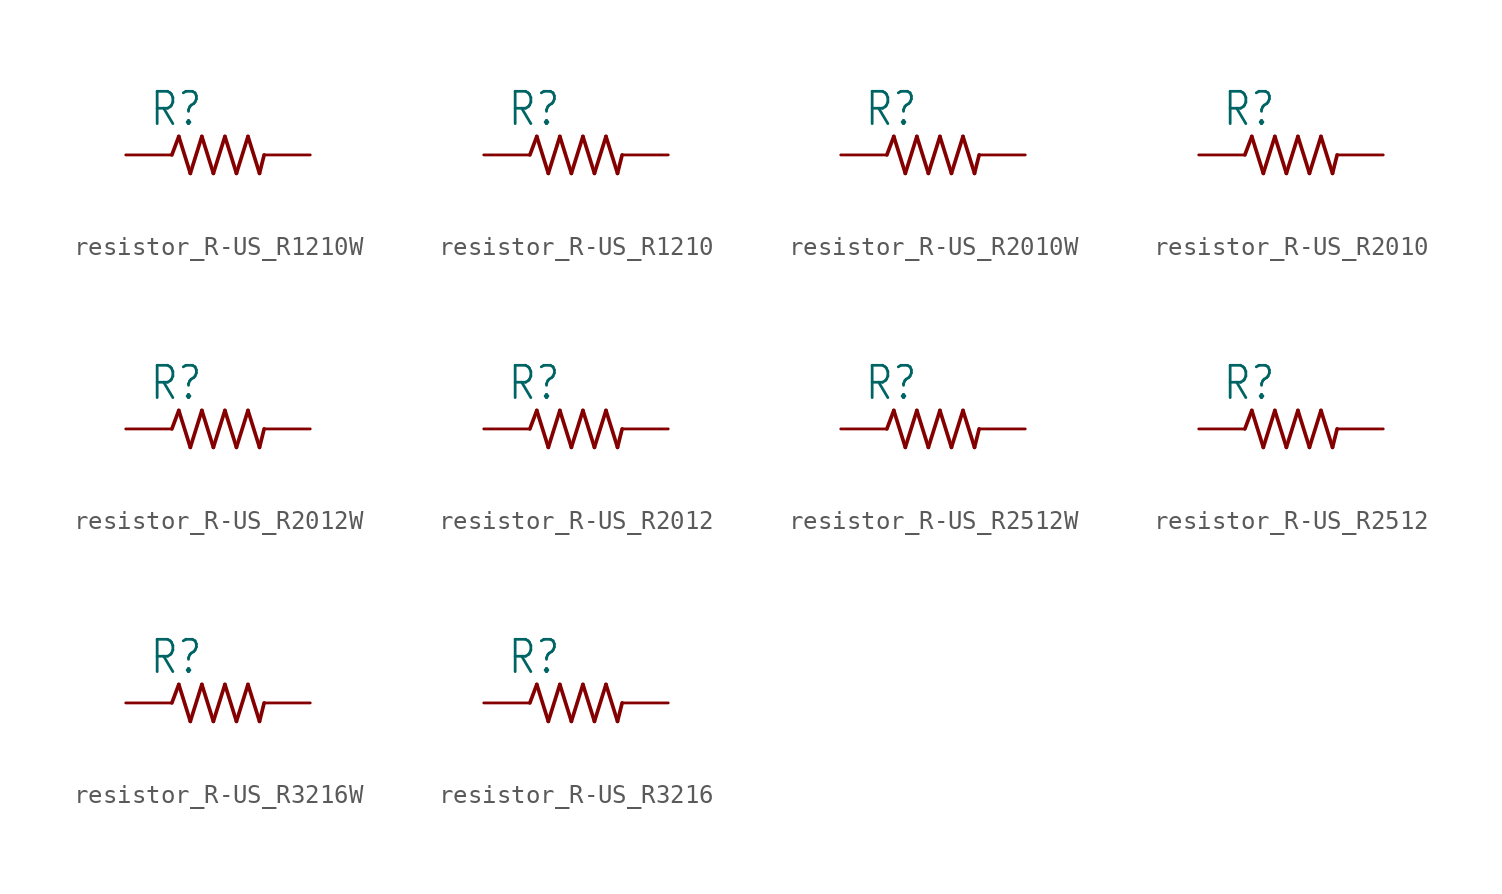
<source format=kicad_sym>
(kicad_symbol_lib
  (version 20231120)
  (generator "kicad_symbol_editor")
  (generator_version "8.0")
  (symbol "resistor_R-US_R1210W"
    (property "Reference" "R"
      (at -3.81 1.499 0)
      (effects (font (size 1.778 1.511)) (justify left bottom)))
    (property "Value" ""
      (at -3.81 -3.302 0)
      (effects (font (size 1.778 1.511)) (justify left bottom)))
    (property "ki_locked" ""
      (at 0 0 0)
      (effects (font (size 1.27 1.27))))
    (symbol "resistor_R-US_R1210W_1_0"
      (polyline (pts (xy -2.54 0) (xy -2.159 1.016)) (stroke (width 0.203) (type solid)) (fill (type none)))
      (polyline (pts (xy -2.159 1.016) (xy -1.524 -1.016)) (stroke (width 0.203) (type solid)) (fill (type none)))
      (polyline (pts (xy -1.524 -1.016) (xy -0.889 1.016)) (stroke (width 0.203) (type solid)) (fill (type none)))
      (polyline (pts (xy -0.889 1.016) (xy -0.254 -1.016)) (stroke (width 0.203) (type solid)) (fill (type none)))
      (polyline (pts (xy -0.254 -1.016) (xy 0.381 1.016)) (stroke (width 0.203) (type solid)) (fill (type none)))
      (polyline (pts (xy 0.381 1.016) (xy 1.016 -1.016)) (stroke (width 0.203) (type solid)) (fill (type none)))
      (polyline (pts (xy 1.016 -1.016) (xy 1.651 1.016)) (stroke (width 0.203) (type solid)) (fill (type none)))
      (polyline (pts (xy 1.651 1.016) (xy 2.286 -1.016)) (stroke (width 0.203) (type solid)) (fill (type none)))
      (polyline (pts (xy 2.286 -1.016) (xy 2.54 0)) (stroke (width 0.203) (type solid)) (fill (type none)))
      (pin passive line (at -5.08 0 0) (length 2.54) (name "1" (effects (font (size 0 0)))) (number "1" (effects (font (size 0 0)))))
      (pin passive line (at 5.08 0 180) (length 2.54) (name "2" (effects (font (size 0 0)))) (number "2" (effects (font (size 0 0)))))))
  (symbol "resistor_R-US_R1210"
    (property "Reference" "R"
      (at -3.81 1.499 0)
      (effects (font (size 1.778 1.511)) (justify left bottom)))
    (property "Value" ""
      (at -3.81 -3.302 0)
      (effects (font (size 1.778 1.511)) (justify left bottom)))
    (property "ki_locked" ""
      (at 0 0 0)
      (effects (font (size 1.27 1.27))))
    (symbol "resistor_R-US_R1210_1_0"
      (polyline (pts (xy -2.54 0) (xy -2.159 1.016)) (stroke (width 0.203) (type solid)) (fill (type none)))
      (polyline (pts (xy -2.159 1.016) (xy -1.524 -1.016)) (stroke (width 0.203) (type solid)) (fill (type none)))
      (polyline (pts (xy -1.524 -1.016) (xy -0.889 1.016)) (stroke (width 0.203) (type solid)) (fill (type none)))
      (polyline (pts (xy -0.889 1.016) (xy -0.254 -1.016)) (stroke (width 0.203) (type solid)) (fill (type none)))
      (polyline (pts (xy -0.254 -1.016) (xy 0.381 1.016)) (stroke (width 0.203) (type solid)) (fill (type none)))
      (polyline (pts (xy 0.381 1.016) (xy 1.016 -1.016)) (stroke (width 0.203) (type solid)) (fill (type none)))
      (polyline (pts (xy 1.016 -1.016) (xy 1.651 1.016)) (stroke (width 0.203) (type solid)) (fill (type none)))
      (polyline (pts (xy 1.651 1.016) (xy 2.286 -1.016)) (stroke (width 0.203) (type solid)) (fill (type none)))
      (polyline (pts (xy 2.286 -1.016) (xy 2.54 0)) (stroke (width 0.203) (type solid)) (fill (type none)))
      (pin passive line (at -5.08 0 0) (length 2.54) (name "1" (effects (font (size 0 0)))) (number "1" (effects (font (size 0 0)))))
      (pin passive line (at 5.08 0 180) (length 2.54) (name "2" (effects (font (size 0 0)))) (number "2" (effects (font (size 0 0)))))))
  (symbol "resistor_R-US_R2010W"
    (property "Reference" "R"
      (at -3.81 1.499 0)
      (effects (font (size 1.778 1.511)) (justify left bottom)))
    (property "Value" ""
      (at -3.81 -3.302 0)
      (effects (font (size 1.778 1.511)) (justify left bottom)))
    (property "ki_locked" ""
      (at 0 0 0)
      (effects (font (size 1.27 1.27))))
    (symbol "resistor_R-US_R2010W_1_0"
      (polyline (pts (xy -2.54 0) (xy -2.159 1.016)) (stroke (width 0.203) (type solid)) (fill (type none)))
      (polyline (pts (xy -2.159 1.016) (xy -1.524 -1.016)) (stroke (width 0.203) (type solid)) (fill (type none)))
      (polyline (pts (xy -1.524 -1.016) (xy -0.889 1.016)) (stroke (width 0.203) (type solid)) (fill (type none)))
      (polyline (pts (xy -0.889 1.016) (xy -0.254 -1.016)) (stroke (width 0.203) (type solid)) (fill (type none)))
      (polyline (pts (xy -0.254 -1.016) (xy 0.381 1.016)) (stroke (width 0.203) (type solid)) (fill (type none)))
      (polyline (pts (xy 0.381 1.016) (xy 1.016 -1.016)) (stroke (width 0.203) (type solid)) (fill (type none)))
      (polyline (pts (xy 1.016 -1.016) (xy 1.651 1.016)) (stroke (width 0.203) (type solid)) (fill (type none)))
      (polyline (pts (xy 1.651 1.016) (xy 2.286 -1.016)) (stroke (width 0.203) (type solid)) (fill (type none)))
      (polyline (pts (xy 2.286 -1.016) (xy 2.54 0)) (stroke (width 0.203) (type solid)) (fill (type none)))
      (pin passive line (at -5.08 0 0) (length 2.54) (name "1" (effects (font (size 0 0)))) (number "1" (effects (font (size 0 0)))))
      (pin passive line (at 5.08 0 180) (length 2.54) (name "2" (effects (font (size 0 0)))) (number "2" (effects (font (size 0 0)))))))
  (symbol "resistor_R-US_R2010"
    (property "Reference" "R"
      (at -3.81 1.499 0)
      (effects (font (size 1.778 1.511)) (justify left bottom)))
    (property "Value" ""
      (at -3.81 -3.302 0)
      (effects (font (size 1.778 1.511)) (justify left bottom)))
    (property "ki_locked" ""
      (at 0 0 0)
      (effects (font (size 1.27 1.27))))
    (symbol "resistor_R-US_R2010_1_0"
      (polyline (pts (xy -2.54 0) (xy -2.159 1.016)) (stroke (width 0.203) (type solid)) (fill (type none)))
      (polyline (pts (xy -2.159 1.016) (xy -1.524 -1.016)) (stroke (width 0.203) (type solid)) (fill (type none)))
      (polyline (pts (xy -1.524 -1.016) (xy -0.889 1.016)) (stroke (width 0.203) (type solid)) (fill (type none)))
      (polyline (pts (xy -0.889 1.016) (xy -0.254 -1.016)) (stroke (width 0.203) (type solid)) (fill (type none)))
      (polyline (pts (xy -0.254 -1.016) (xy 0.381 1.016)) (stroke (width 0.203) (type solid)) (fill (type none)))
      (polyline (pts (xy 0.381 1.016) (xy 1.016 -1.016)) (stroke (width 0.203) (type solid)) (fill (type none)))
      (polyline (pts (xy 1.016 -1.016) (xy 1.651 1.016)) (stroke (width 0.203) (type solid)) (fill (type none)))
      (polyline (pts (xy 1.651 1.016) (xy 2.286 -1.016)) (stroke (width 0.203) (type solid)) (fill (type none)))
      (polyline (pts (xy 2.286 -1.016) (xy 2.54 0)) (stroke (width 0.203) (type solid)) (fill (type none)))
      (pin passive line (at -5.08 0 0) (length 2.54) (name "1" (effects (font (size 0 0)))) (number "1" (effects (font (size 0 0)))))
      (pin passive line (at 5.08 0 180) (length 2.54) (name "2" (effects (font (size 0 0)))) (number "2" (effects (font (size 0 0)))))))
  (symbol "resistor_R-US_R2012W"
    (property "Reference" "R"
      (at -3.81 1.499 0)
      (effects (font (size 1.778 1.511)) (justify left bottom)))
    (property "Value" ""
      (at -3.81 -3.302 0)
      (effects (font (size 1.778 1.511)) (justify left bottom)))
    (property "ki_locked" ""
      (at 0 0 0)
      (effects (font (size 1.27 1.27))))
    (symbol "resistor_R-US_R2012W_1_0"
      (polyline (pts (xy -2.54 0) (xy -2.159 1.016)) (stroke (width 0.203) (type solid)) (fill (type none)))
      (polyline (pts (xy -2.159 1.016) (xy -1.524 -1.016)) (stroke (width 0.203) (type solid)) (fill (type none)))
      (polyline (pts (xy -1.524 -1.016) (xy -0.889 1.016)) (stroke (width 0.203) (type solid)) (fill (type none)))
      (polyline (pts (xy -0.889 1.016) (xy -0.254 -1.016)) (stroke (width 0.203) (type solid)) (fill (type none)))
      (polyline (pts (xy -0.254 -1.016) (xy 0.381 1.016)) (stroke (width 0.203) (type solid)) (fill (type none)))
      (polyline (pts (xy 0.381 1.016) (xy 1.016 -1.016)) (stroke (width 0.203) (type solid)) (fill (type none)))
      (polyline (pts (xy 1.016 -1.016) (xy 1.651 1.016)) (stroke (width 0.203) (type solid)) (fill (type none)))
      (polyline (pts (xy 1.651 1.016) (xy 2.286 -1.016)) (stroke (width 0.203) (type solid)) (fill (type none)))
      (polyline (pts (xy 2.286 -1.016) (xy 2.54 0)) (stroke (width 0.203) (type solid)) (fill (type none)))
      (pin passive line (at -5.08 0 0) (length 2.54) (name "1" (effects (font (size 0 0)))) (number "1" (effects (font (size 0 0)))))
      (pin passive line (at 5.08 0 180) (length 2.54) (name "2" (effects (font (size 0 0)))) (number "2" (effects (font (size 0 0)))))))
  (symbol "resistor_R-US_R2012"
    (property "Reference" "R"
      (at -3.81 1.499 0)
      (effects (font (size 1.778 1.511)) (justify left bottom)))
    (property "Value" ""
      (at -3.81 -3.302 0)
      (effects (font (size 1.778 1.511)) (justify left bottom)))
    (property "ki_locked" ""
      (at 0 0 0)
      (effects (font (size 1.27 1.27))))
    (symbol "resistor_R-US_R2012_1_0"
      (polyline (pts (xy -2.54 0) (xy -2.159 1.016)) (stroke (width 0.203) (type solid)) (fill (type none)))
      (polyline (pts (xy -2.159 1.016) (xy -1.524 -1.016)) (stroke (width 0.203) (type solid)) (fill (type none)))
      (polyline (pts (xy -1.524 -1.016) (xy -0.889 1.016)) (stroke (width 0.203) (type solid)) (fill (type none)))
      (polyline (pts (xy -0.889 1.016) (xy -0.254 -1.016)) (stroke (width 0.203) (type solid)) (fill (type none)))
      (polyline (pts (xy -0.254 -1.016) (xy 0.381 1.016)) (stroke (width 0.203) (type solid)) (fill (type none)))
      (polyline (pts (xy 0.381 1.016) (xy 1.016 -1.016)) (stroke (width 0.203) (type solid)) (fill (type none)))
      (polyline (pts (xy 1.016 -1.016) (xy 1.651 1.016)) (stroke (width 0.203) (type solid)) (fill (type none)))
      (polyline (pts (xy 1.651 1.016) (xy 2.286 -1.016)) (stroke (width 0.203) (type solid)) (fill (type none)))
      (polyline (pts (xy 2.286 -1.016) (xy 2.54 0)) (stroke (width 0.203) (type solid)) (fill (type none)))
      (pin passive line (at -5.08 0 0) (length 2.54) (name "1" (effects (font (size 0 0)))) (number "1" (effects (font (size 0 0)))))
      (pin passive line (at 5.08 0 180) (length 2.54) (name "2" (effects (font (size 0 0)))) (number "2" (effects (font (size 0 0)))))))
  (symbol "resistor_R-US_R2512W"
    (property "Reference" "R"
      (at -3.81 1.499 0)
      (effects (font (size 1.778 1.511)) (justify left bottom)))
    (property "Value" ""
      (at -3.81 -3.302 0)
      (effects (font (size 1.778 1.511)) (justify left bottom)))
    (property "ki_locked" ""
      (at 0 0 0)
      (effects (font (size 1.27 1.27))))
    (symbol "resistor_R-US_R2512W_1_0"
      (polyline (pts (xy -2.54 0) (xy -2.159 1.016)) (stroke (width 0.203) (type solid)) (fill (type none)))
      (polyline (pts (xy -2.159 1.016) (xy -1.524 -1.016)) (stroke (width 0.203) (type solid)) (fill (type none)))
      (polyline (pts (xy -1.524 -1.016) (xy -0.889 1.016)) (stroke (width 0.203) (type solid)) (fill (type none)))
      (polyline (pts (xy -0.889 1.016) (xy -0.254 -1.016)) (stroke (width 0.203) (type solid)) (fill (type none)))
      (polyline (pts (xy -0.254 -1.016) (xy 0.381 1.016)) (stroke (width 0.203) (type solid)) (fill (type none)))
      (polyline (pts (xy 0.381 1.016) (xy 1.016 -1.016)) (stroke (width 0.203) (type solid)) (fill (type none)))
      (polyline (pts (xy 1.016 -1.016) (xy 1.651 1.016)) (stroke (width 0.203) (type solid)) (fill (type none)))
      (polyline (pts (xy 1.651 1.016) (xy 2.286 -1.016)) (stroke (width 0.203) (type solid)) (fill (type none)))
      (polyline (pts (xy 2.286 -1.016) (xy 2.54 0)) (stroke (width 0.203) (type solid)) (fill (type none)))
      (pin passive line (at -5.08 0 0) (length 2.54) (name "1" (effects (font (size 0 0)))) (number "1" (effects (font (size 0 0)))))
      (pin passive line (at 5.08 0 180) (length 2.54) (name "2" (effects (font (size 0 0)))) (number "2" (effects (font (size 0 0)))))))
  (symbol "resistor_R-US_R2512"
    (property "Reference" "R"
      (at -3.81 1.499 0)
      (effects (font (size 1.778 1.511)) (justify left bottom)))
    (property "Value" ""
      (at -3.81 -3.302 0)
      (effects (font (size 1.778 1.511)) (justify left bottom)))
    (property "ki_locked" ""
      (at 0 0 0)
      (effects (font (size 1.27 1.27))))
    (symbol "resistor_R-US_R2512_1_0"
      (polyline (pts (xy -2.54 0) (xy -2.159 1.016)) (stroke (width 0.203) (type solid)) (fill (type none)))
      (polyline (pts (xy -2.159 1.016) (xy -1.524 -1.016)) (stroke (width 0.203) (type solid)) (fill (type none)))
      (polyline (pts (xy -1.524 -1.016) (xy -0.889 1.016)) (stroke (width 0.203) (type solid)) (fill (type none)))
      (polyline (pts (xy -0.889 1.016) (xy -0.254 -1.016)) (stroke (width 0.203) (type solid)) (fill (type none)))
      (polyline (pts (xy -0.254 -1.016) (xy 0.381 1.016)) (stroke (width 0.203) (type solid)) (fill (type none)))
      (polyline (pts (xy 0.381 1.016) (xy 1.016 -1.016)) (stroke (width 0.203) (type solid)) (fill (type none)))
      (polyline (pts (xy 1.016 -1.016) (xy 1.651 1.016)) (stroke (width 0.203) (type solid)) (fill (type none)))
      (polyline (pts (xy 1.651 1.016) (xy 2.286 -1.016)) (stroke (width 0.203) (type solid)) (fill (type none)))
      (polyline (pts (xy 2.286 -1.016) (xy 2.54 0)) (stroke (width 0.203) (type solid)) (fill (type none)))
      (pin passive line (at -5.08 0 0) (length 2.54) (name "1" (effects (font (size 0 0)))) (number "1" (effects (font (size 0 0)))))
      (pin passive line (at 5.08 0 180) (length 2.54) (name "2" (effects (font (size 0 0)))) (number "2" (effects (font (size 0 0)))))))
  (symbol "resistor_R-US_R3216W"
    (property "Reference" "R"
      (at -3.81 1.499 0)
      (effects (font (size 1.778 1.511)) (justify left bottom)))
    (property "Value" ""
      (at -3.81 -3.302 0)
      (effects (font (size 1.778 1.511)) (justify left bottom)))
    (property "ki_locked" ""
      (at 0 0 0)
      (effects (font (size 1.27 1.27))))
    (symbol "resistor_R-US_R3216W_1_0"
      (polyline (pts (xy -2.54 0) (xy -2.159 1.016)) (stroke (width 0.203) (type solid)) (fill (type none)))
      (polyline (pts (xy -2.159 1.016) (xy -1.524 -1.016)) (stroke (width 0.203) (type solid)) (fill (type none)))
      (polyline (pts (xy -1.524 -1.016) (xy -0.889 1.016)) (stroke (width 0.203) (type solid)) (fill (type none)))
      (polyline (pts (xy -0.889 1.016) (xy -0.254 -1.016)) (stroke (width 0.203) (type solid)) (fill (type none)))
      (polyline (pts (xy -0.254 -1.016) (xy 0.381 1.016)) (stroke (width 0.203) (type solid)) (fill (type none)))
      (polyline (pts (xy 0.381 1.016) (xy 1.016 -1.016)) (stroke (width 0.203) (type solid)) (fill (type none)))
      (polyline (pts (xy 1.016 -1.016) (xy 1.651 1.016)) (stroke (width 0.203) (type solid)) (fill (type none)))
      (polyline (pts (xy 1.651 1.016) (xy 2.286 -1.016)) (stroke (width 0.203) (type solid)) (fill (type none)))
      (polyline (pts (xy 2.286 -1.016) (xy 2.54 0)) (stroke (width 0.203) (type solid)) (fill (type none)))
      (pin passive line (at -5.08 0 0) (length 2.54) (name "1" (effects (font (size 0 0)))) (number "1" (effects (font (size 0 0)))))
      (pin passive line (at 5.08 0 180) (length 2.54) (name "2" (effects (font (size 0 0)))) (number "2" (effects (font (size 0 0)))))))
  (symbol "resistor_R-US_R3216"
    (property "Reference" "R"
      (at -3.81 1.499 0)
      (effects (font (size 1.778 1.511)) (justify left bottom)))
    (property "Value" ""
      (at -3.81 -3.302 0)
      (effects (font (size 1.778 1.511)) (justify left bottom)))
    (property "ki_locked" ""
      (at 0 0 0)
      (effects (font (size 1.27 1.27))))
    (symbol "resistor_R-US_R3216_1_0"
      (polyline (pts (xy -2.54 0) (xy -2.159 1.016)) (stroke (width 0.203) (type solid)) (fill (type none)))
      (polyline (pts (xy -2.159 1.016) (xy -1.524 -1.016)) (stroke (width 0.203) (type solid)) (fill (type none)))
      (polyline (pts (xy -1.524 -1.016) (xy -0.889 1.016)) (stroke (width 0.203) (type solid)) (fill (type none)))
      (polyline (pts (xy -0.889 1.016) (xy -0.254 -1.016)) (stroke (width 0.203) (type solid)) (fill (type none)))
      (polyline (pts (xy -0.254 -1.016) (xy 0.381 1.016)) (stroke (width 0.203) (type solid)) (fill (type none)))
      (polyline (pts (xy 0.381 1.016) (xy 1.016 -1.016)) (stroke (width 0.203) (type solid)) (fill (type none)))
      (polyline (pts (xy 1.016 -1.016) (xy 1.651 1.016)) (stroke (width 0.203) (type solid)) (fill (type none)))
      (polyline (pts (xy 1.651 1.016) (xy 2.286 -1.016)) (stroke (width 0.203) (type solid)) (fill (type none)))
      (polyline (pts (xy 2.286 -1.016) (xy 2.54 0)) (stroke (width 0.203) (type solid)) (fill (type none)))
      (pin passive line (at -5.08 0 0) (length 2.54) (name "1" (effects (font (size 0 0)))) (number "1" (effects (font (size 0 0)))))
      (pin passive line (at 5.08 0 180) (length 2.54) (name "2" (effects (font (size 0 0)))) (number "2" (effects (font (size 0 0))))))))
</source>
